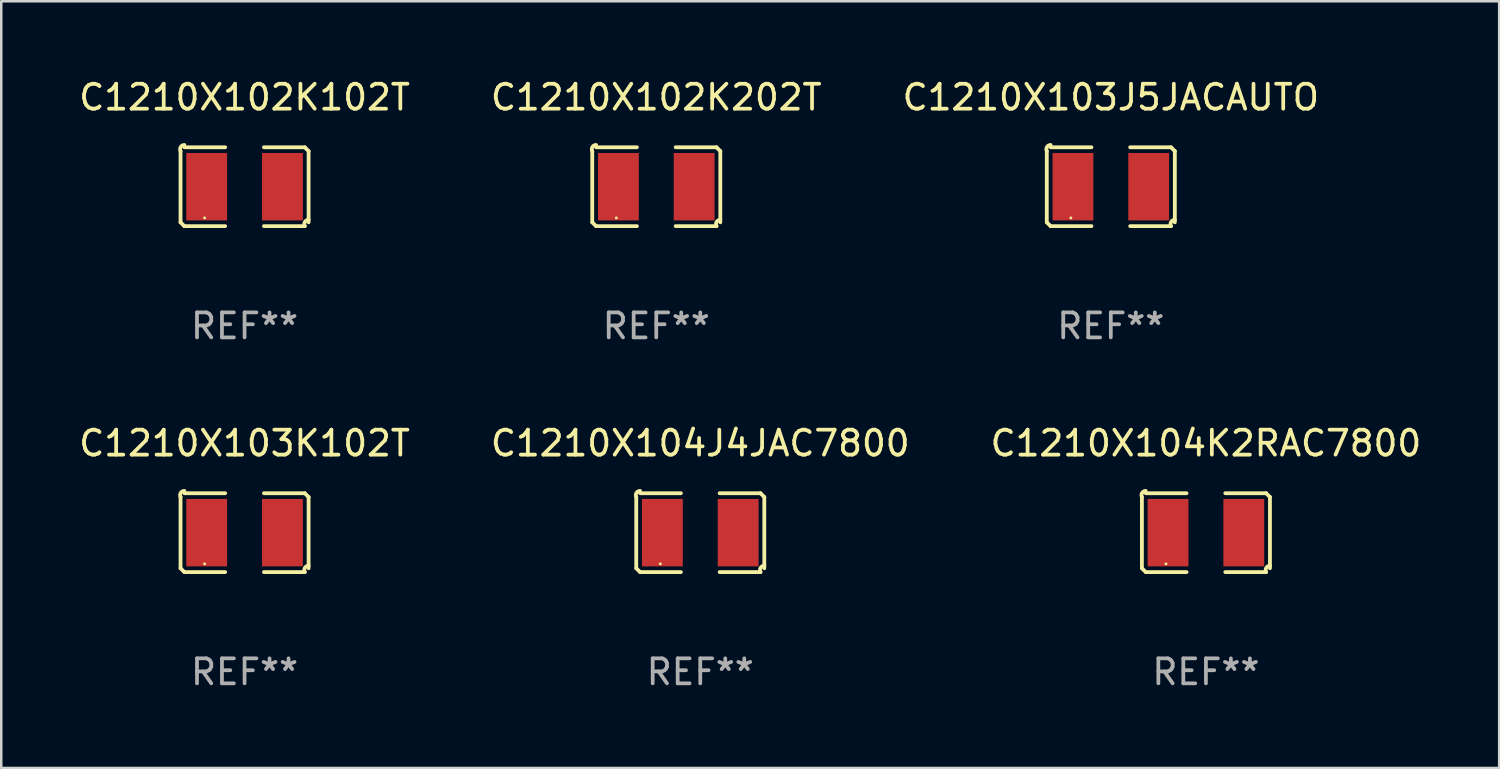
<source format=kicad_pcb>
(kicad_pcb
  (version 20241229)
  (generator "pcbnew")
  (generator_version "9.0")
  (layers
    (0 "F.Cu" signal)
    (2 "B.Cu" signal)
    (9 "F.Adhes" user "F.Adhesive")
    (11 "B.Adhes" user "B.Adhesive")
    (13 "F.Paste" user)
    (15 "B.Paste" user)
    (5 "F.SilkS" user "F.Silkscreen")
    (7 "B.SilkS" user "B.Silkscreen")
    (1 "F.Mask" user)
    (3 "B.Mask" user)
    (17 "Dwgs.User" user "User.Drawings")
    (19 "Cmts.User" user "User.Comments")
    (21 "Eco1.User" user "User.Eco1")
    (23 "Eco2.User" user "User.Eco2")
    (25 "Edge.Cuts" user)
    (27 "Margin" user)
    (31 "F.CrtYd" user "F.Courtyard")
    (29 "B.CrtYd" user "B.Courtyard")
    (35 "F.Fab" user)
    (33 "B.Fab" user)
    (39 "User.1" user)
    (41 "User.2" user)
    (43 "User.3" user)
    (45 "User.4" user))
  (footprint "C1210X102K202T"
    (layer "F.Cu")
    (at 23.232 4.427)
    (property "Reference" "C1210X102K202T" (at 0 -3.579 0) (layer "F.SilkS") (effects (font (size 1 1) (thickness 0.15))))
    (attr through_hole)
    (fp_line (start -2.564 1.426) (end -2.564 -1.426) (stroke (width 0.152) (type solid)) (layer "F.SilkS"))
    (fp_line (start -2.411 -1.579) (end -0.776 -1.579) (stroke (width 0.152) (type solid)) (layer "F.SilkS"))
    (fp_line (start -0.776 1.579) (end -2.411 1.579) (stroke (width 0.152) (type solid)) (layer "F.SilkS"))
    (fp_line (start 0.776 1.579) (end 2.411 1.579) (stroke (width 0.152) (type solid)) (layer "F.SilkS"))
    (fp_line (start 2.411 -1.579) (end 0.776 -1.579) (stroke (width 0.152) (type solid)) (layer "F.SilkS"))
    (fp_line (start 2.564 1.426) (end 2.564 -1.426) (stroke (width 0.152) (type solid)) (layer "F.SilkS"))
    (fp_arc (start -2.563602 -1.426213) (mid -2.555597 -1.591233) (end -2.411201 -1.671518) (stroke (width 0.1524) (type solid)) (layer "F.SilkS"))
    (fp_arc (start -2.5636 1.426214) (mid -2.487389 1.502402) (end -2.411201 1.578613) (stroke (width 0.1524) (type solid)) (layer "F.SilkS"))
    (fp_arc (start 2.411197 -1.578618) (mid 2.487403 -1.502419) (end 2.563602 -1.426213) (stroke (width 0.1524) (type solid)) (layer "F.SilkS"))
    (fp_arc (start 2.411201 1.578613) (mid 2.416214 1.409455) (end 2.563602 1.32629) (stroke (width 0.1524) (type solid)) (layer "F.SilkS"))
    (fp_circle (center -1.6 1.25) (end -1.57 1.25) (stroke (width 0.06) (type solid)) (fill no) (layer "F.SilkS"))
    (fp_text user "REF**" (at 0 5.579 0) (layer "F.Fab") (effects (font (size 1 1) (thickness 0.15))))
    (pad "1" smd rect (at -1.517 0) (size 1.635 2.7) (layers "F.Cu" "F.Mask" "F.Paste"))
    (pad "2" smd rect (at 1.517 0) (size 1.635 2.7) (layers "F.Cu" "F.Mask" "F.Paste")))
  (footprint "C1210X104J4JAC7800"
    (layer "F.Cu")
    (at 24.994 18.281)
    (property "Reference" "C1210X104J4JAC7800" (at 0 -3.579 0) (layer "F.SilkS") (effects (font (size 1 1) (thickness 0.15))))
    (attr through_hole)
    (fp_line (start -2.564 1.426) (end -2.564 -1.426) (stroke (width 0.152) (type solid)) (layer "F.SilkS"))
    (fp_line (start -2.411 -1.579) (end -0.776 -1.579) (stroke (width 0.152) (type solid)) (layer "F.SilkS"))
    (fp_line (start -0.776 1.579) (end -2.411 1.579) (stroke (width 0.152) (type solid)) (layer "F.SilkS"))
    (fp_line (start 0.776 1.579) (end 2.411 1.579) (stroke (width 0.152) (type solid)) (layer "F.SilkS"))
    (fp_line (start 2.411 -1.579) (end 0.776 -1.579) (stroke (width 0.152) (type solid)) (layer "F.SilkS"))
    (fp_line (start 2.564 1.426) (end 2.564 -1.426) (stroke (width 0.152) (type solid)) (layer "F.SilkS"))
    (fp_arc (start -2.563602 -1.426213) (mid -2.555597 -1.591233) (end -2.411201 -1.671518) (stroke (width 0.1524) (type solid)) (layer "F.SilkS"))
    (fp_arc (start -2.5636 1.426214) (mid -2.487389 1.502402) (end -2.411201 1.578613) (stroke (width 0.1524) (type solid)) (layer "F.SilkS"))
    (fp_arc (start 2.411197 -1.578618) (mid 2.487403 -1.502419) (end 2.563602 -1.426213) (stroke (width 0.1524) (type solid)) (layer "F.SilkS"))
    (fp_arc (start 2.411201 1.578613) (mid 2.416214 1.409455) (end 2.563602 1.32629) (stroke (width 0.1524) (type solid)) (layer "F.SilkS"))
    (fp_circle (center -1.6 1.25) (end -1.57 1.25) (stroke (width 0.06) (type solid)) (fill no) (layer "F.SilkS"))
    (fp_text user "REF**" (at 0 5.579 0) (layer "F.Fab") (effects (font (size 1 1) (thickness 0.15))))
    (pad "1" smd rect (at -1.517 0) (size 1.635 2.7) (layers "F.Cu" "F.Mask" "F.Paste"))
    (pad "2" smd rect (at 1.517 0) (size 1.635 2.7) (layers "F.Cu" "F.Mask" "F.Paste")))
  (footprint "C1210X102K102T"
    (layer "F.Cu")
    (at 6.744 4.427)
    (property "Reference" "C1210X102K102T" (at 0 -3.579 0) (layer "F.SilkS") (effects (font (size 1 1) (thickness 0.15))))
    (attr through_hole)
    (fp_line (start -2.564 1.426) (end -2.564 -1.426) (stroke (width 0.152) (type solid)) (layer "F.SilkS"))
    (fp_line (start -2.411 -1.579) (end -0.776 -1.579) (stroke (width 0.152) (type solid)) (layer "F.SilkS"))
    (fp_line (start -0.776 1.579) (end -2.411 1.579) (stroke (width 0.152) (type solid)) (layer "F.SilkS"))
    (fp_line (start 0.776 1.579) (end 2.411 1.579) (stroke (width 0.152) (type solid)) (layer "F.SilkS"))
    (fp_line (start 2.411 -1.579) (end 0.776 -1.579) (stroke (width 0.152) (type solid)) (layer "F.SilkS"))
    (fp_line (start 2.564 1.426) (end 2.564 -1.426) (stroke (width 0.152) (type solid)) (layer "F.SilkS"))
    (fp_arc (start -2.563602 -1.426213) (mid -2.555597 -1.591233) (end -2.411201 -1.671518) (stroke (width 0.1524) (type solid)) (layer "F.SilkS"))
    (fp_arc (start -2.5636 1.426214) (mid -2.487389 1.502402) (end -2.411201 1.578613) (stroke (width 0.1524) (type solid)) (layer "F.SilkS"))
    (fp_arc (start 2.411197 -1.578618) (mid 2.487403 -1.502419) (end 2.563602 -1.426213) (stroke (width 0.1524) (type solid)) (layer "F.SilkS"))
    (fp_arc (start 2.411201 1.578613) (mid 2.416214 1.409455) (end 2.563602 1.32629) (stroke (width 0.1524) (type solid)) (layer "F.SilkS"))
    (fp_circle (center -1.6 1.25) (end -1.57 1.25) (stroke (width 0.06) (type solid)) (fill no) (layer "F.SilkS"))
    (fp_text user "REF**" (at 0 5.579 0) (layer "F.Fab") (effects (font (size 1 1) (thickness 0.15))))
    (pad "1" smd rect (at -1.517 0) (size 1.635 2.7) (layers "F.Cu" "F.Mask" "F.Paste"))
    (pad "2" smd rect (at 1.517 0) (size 1.635 2.7) (layers "F.Cu" "F.Mask" "F.Paste")))
  (footprint "C1210X104K2RAC7800"
    (layer "F.Cu")
    (at 45.244 18.281)
    (property "Reference" "C1210X104K2RAC7800" (at 0 -3.579 0) (layer "F.SilkS") (effects (font (size 1 1) (thickness 0.15))))
    (attr through_hole)
    (fp_line (start -2.564 1.426) (end -2.564 -1.426) (stroke (width 0.152) (type solid)) (layer "F.SilkS"))
    (fp_line (start -2.411 -1.579) (end -0.776 -1.579) (stroke (width 0.152) (type solid)) (layer "F.SilkS"))
    (fp_line (start -0.776 1.579) (end -2.411 1.579) (stroke (width 0.152) (type solid)) (layer "F.SilkS"))
    (fp_line (start 0.776 1.579) (end 2.411 1.579) (stroke (width 0.152) (type solid)) (layer "F.SilkS"))
    (fp_line (start 2.411 -1.579) (end 0.776 -1.579) (stroke (width 0.152) (type solid)) (layer "F.SilkS"))
    (fp_line (start 2.564 1.426) (end 2.564 -1.426) (stroke (width 0.152) (type solid)) (layer "F.SilkS"))
    (fp_arc (start -2.563602 -1.426213) (mid -2.555597 -1.591233) (end -2.411201 -1.671518) (stroke (width 0.1524) (type solid)) (layer "F.SilkS"))
    (fp_arc (start -2.5636 1.426214) (mid -2.487389 1.502402) (end -2.411201 1.578613) (stroke (width 0.1524) (type solid)) (layer "F.SilkS"))
    (fp_arc (start 2.411197 -1.578618) (mid 2.487403 -1.502419) (end 2.563602 -1.426213) (stroke (width 0.1524) (type solid)) (layer "F.SilkS"))
    (fp_arc (start 2.411201 1.578613) (mid 2.416214 1.409455) (end 2.563602 1.32629) (stroke (width 0.1524) (type solid)) (layer "F.SilkS"))
    (fp_circle (center -1.6 1.25) (end -1.57 1.25) (stroke (width 0.06) (type solid)) (fill no) (layer "F.SilkS"))
    (fp_text user "REF**" (at 0 5.579 0) (layer "F.Fab") (effects (font (size 1 1) (thickness 0.15))))
    (pad "1" smd rect (at -1.517 0) (size 1.635 2.7) (layers "F.Cu" "F.Mask" "F.Paste"))
    (pad "2" smd rect (at 1.517 0) (size 1.635 2.7) (layers "F.Cu" "F.Mask" "F.Paste")))
  (footprint "C1210X103K102T"
    (layer "F.Cu")
    (at 6.744 18.281)
    (property "Reference" "C1210X103K102T" (at 0 -3.579 0) (layer "F.SilkS") (effects (font (size 1 1) (thickness 0.15))))
    (attr through_hole)
    (fp_line (start -2.564 1.426) (end -2.564 -1.426) (stroke (width 0.152) (type solid)) (layer "F.SilkS"))
    (fp_line (start -2.411 -1.579) (end -0.776 -1.579) (stroke (width 0.152) (type solid)) (layer "F.SilkS"))
    (fp_line (start -0.776 1.579) (end -2.411 1.579) (stroke (width 0.152) (type solid)) (layer "F.SilkS"))
    (fp_line (start 0.776 1.579) (end 2.411 1.579) (stroke (width 0.152) (type solid)) (layer "F.SilkS"))
    (fp_line (start 2.411 -1.579) (end 0.776 -1.579) (stroke (width 0.152) (type solid)) (layer "F.SilkS"))
    (fp_line (start 2.564 1.426) (end 2.564 -1.426) (stroke (width 0.152) (type solid)) (layer "F.SilkS"))
    (fp_arc (start -2.563602 -1.426213) (mid -2.555597 -1.591233) (end -2.411201 -1.671518) (stroke (width 0.1524) (type solid)) (layer "F.SilkS"))
    (fp_arc (start -2.5636 1.426214) (mid -2.487389 1.502402) (end -2.411201 1.578613) (stroke (width 0.1524) (type solid)) (layer "F.SilkS"))
    (fp_arc (start 2.411197 -1.578618) (mid 2.487403 -1.502419) (end 2.563602 -1.426213) (stroke (width 0.1524) (type solid)) (layer "F.SilkS"))
    (fp_arc (start 2.411201 1.578613) (mid 2.416214 1.409455) (end 2.563602 1.32629) (stroke (width 0.1524) (type solid)) (layer "F.SilkS"))
    (fp_circle (center -1.6 1.25) (end -1.57 1.25) (stroke (width 0.06) (type solid)) (fill no) (layer "F.SilkS"))
    (fp_text user "REF**" (at 0 5.579 0) (layer "F.Fab") (effects (font (size 1 1) (thickness 0.15))))
    (pad "1" smd rect (at -1.517 0) (size 1.635 2.7) (layers "F.Cu" "F.Mask" "F.Paste"))
    (pad "2" smd rect (at 1.517 0) (size 1.635 2.7) (layers "F.Cu" "F.Mask" "F.Paste")))
  (footprint "C1210X103J5JACAUTO"
    (layer "F.Cu")
    (at 41.435 4.427)
    (property "Reference" "C1210X103J5JACAUTO" (at 0 -3.579 0) (layer "F.SilkS") (effects (font (size 1 1) (thickness 0.15))))
    (attr through_hole)
    (fp_line (start -2.564 1.426) (end -2.564 -1.426) (stroke (width 0.152) (type solid)) (layer "F.SilkS"))
    (fp_line (start -2.411 -1.579) (end -0.776 -1.579) (stroke (width 0.152) (type solid)) (layer "F.SilkS"))
    (fp_line (start -0.776 1.579) (end -2.411 1.579) (stroke (width 0.152) (type solid)) (layer "F.SilkS"))
    (fp_line (start 0.776 1.579) (end 2.411 1.579) (stroke (width 0.152) (type solid)) (layer "F.SilkS"))
    (fp_line (start 2.411 -1.579) (end 0.776 -1.579) (stroke (width 0.152) (type solid)) (layer "F.SilkS"))
    (fp_line (start 2.564 1.426) (end 2.564 -1.426) (stroke (width 0.152) (type solid)) (layer "F.SilkS"))
    (fp_arc (start -2.563602 -1.426213) (mid -2.555597 -1.591233) (end -2.411201 -1.671518) (stroke (width 0.1524) (type solid)) (layer "F.SilkS"))
    (fp_arc (start -2.5636 1.426214) (mid -2.487389 1.502402) (end -2.411201 1.578613) (stroke (width 0.1524) (type solid)) (layer "F.SilkS"))
    (fp_arc (start 2.411197 -1.578618) (mid 2.487403 -1.502419) (end 2.563602 -1.426213) (stroke (width 0.1524) (type solid)) (layer "F.SilkS"))
    (fp_arc (start 2.411201 1.578613) (mid 2.416214 1.409455) (end 2.563602 1.32629) (stroke (width 0.1524) (type solid)) (layer "F.SilkS"))
    (fp_circle (center -1.6 1.25) (end -1.57 1.25) (stroke (width 0.06) (type solid)) (fill no) (layer "F.SilkS"))
    (fp_text user "REF**" (at 0 5.579 0) (layer "F.Fab") (effects (font (size 1 1) (thickness 0.15))))
    (pad "1" smd rect (at -1.517 0) (size 1.635 2.7) (layers "F.Cu" "F.Mask" "F.Paste"))
    (pad "2" smd rect (at 1.517 0) (size 1.635 2.7) (layers "F.Cu" "F.Mask" "F.Paste")))
  (gr_rect
    (start -3 -3)
    (end 56.988 27.707)
    (stroke (width 0.1) (type default))
    (fill no)
    (layer "Edge.Cuts")))
</source>
